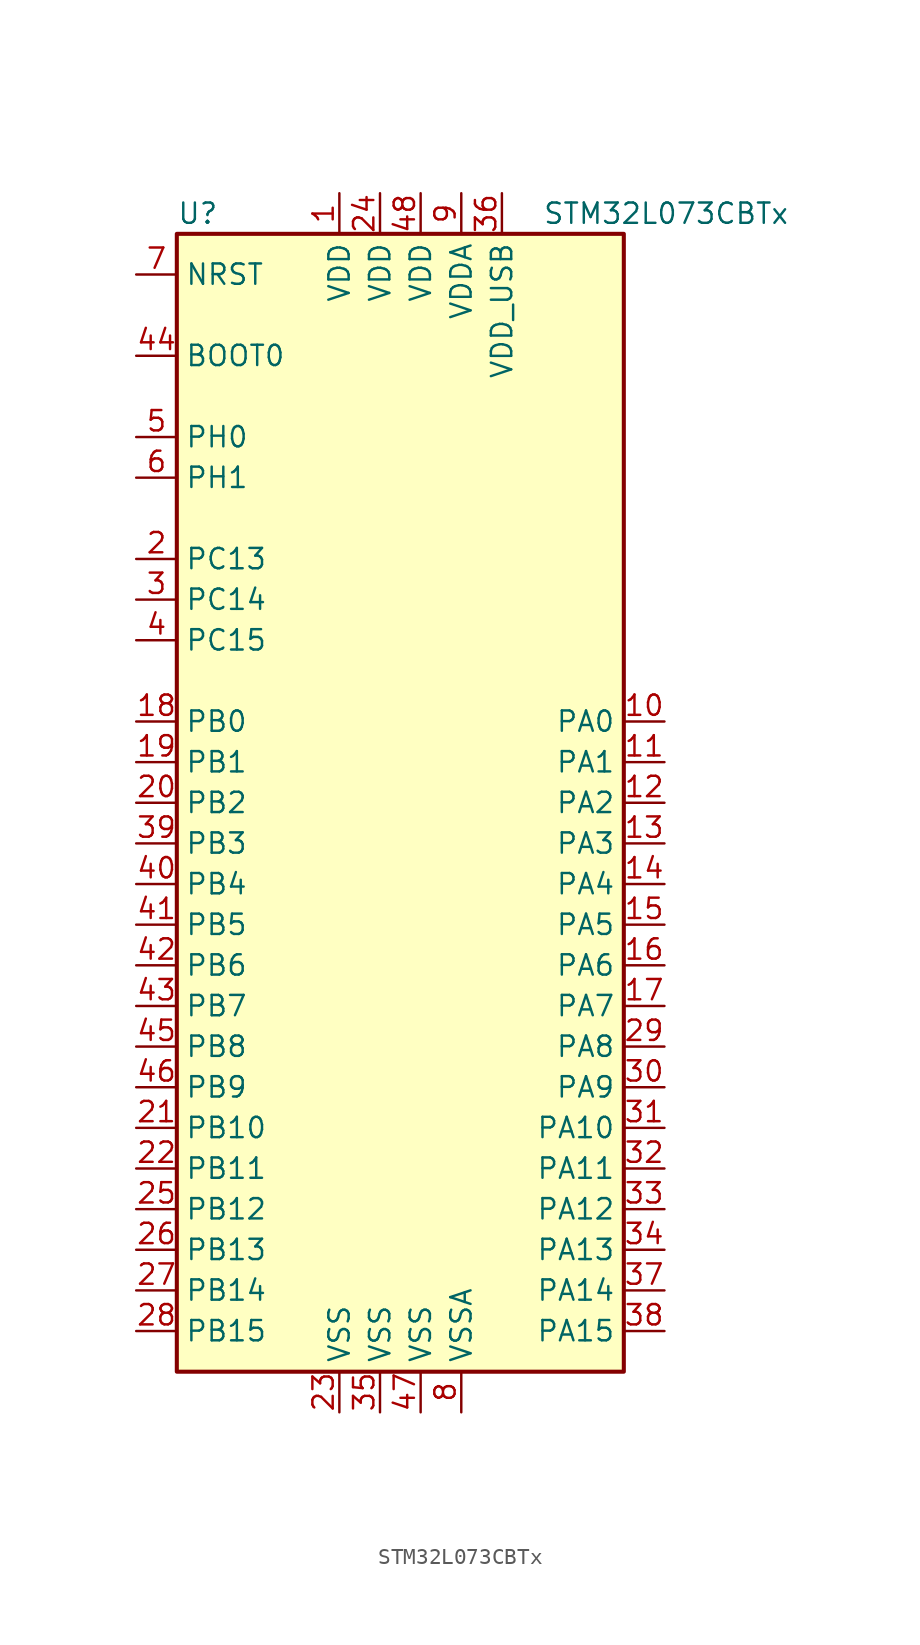
<source format=kicad_sym>
(kicad_symbol_lib
  (version 20201005)
  (generator kicad_symbol_editor)
  (symbol "STM32L073CBTx"
    (property "Reference" "U"
      (at -15.24 36.83 0)
      (effects (font (size 1.27 1.27)) (justify left)))
    (property "Value" "STM32L073CBTx"
      (at 7.62 36.83 0)
      (effects (font (size 1.27 1.27)) (justify left)))
    (symbol "STM32L073CBTx_0_1"
      (rectangle (start -15.24 -35.56) (end 12.7 35.56) (stroke (width 0.254)) (fill (type background))))
    (symbol "STM32L073CBTx_1_1"
      (pin input line (at -17.78 27.94 0) (length 2.54) (name "BOOT0" (effects (font (size 1.27 1.27)))) (number "44" (effects (font (size 1.27 1.27)))))
      (pin input line (at -17.78 33.02 0) (length 2.54) (name "NRST" (effects (font (size 1.27 1.27)))) (number "7" (effects (font (size 1.27 1.27)))))
      (pin bidirectional line (at 15.24 5.08 180) (length 2.54) (name "PA0" (effects (font (size 1.27 1.27)))) (number "10" (effects (font (size 1.27 1.27)))))
      (pin bidirectional line (at 15.24 2.54 180) (length 2.54) (name "PA1" (effects (font (size 1.27 1.27)))) (number "11" (effects (font (size 1.27 1.27)))))
      (pin bidirectional line (at 15.24 -20.32 180) (length 2.54) (name "PA10" (effects (font (size 1.27 1.27)))) (number "31" (effects (font (size 1.27 1.27)))))
      (pin bidirectional line (at 15.24 -22.86 180) (length 2.54) (name "PA11" (effects (font (size 1.27 1.27)))) (number "32" (effects (font (size 1.27 1.27)))))
      (pin bidirectional line (at 15.24 -25.4 180) (length 2.54) (name "PA12" (effects (font (size 1.27 1.27)))) (number "33" (effects (font (size 1.27 1.27)))))
      (pin bidirectional line (at 15.24 -27.94 180) (length 2.54) (name "PA13" (effects (font (size 1.27 1.27)))) (number "34" (effects (font (size 1.27 1.27)))))
      (pin bidirectional line (at 15.24 -30.48 180) (length 2.54) (name "PA14" (effects (font (size 1.27 1.27)))) (number "37" (effects (font (size 1.27 1.27)))))
      (pin bidirectional line (at 15.24 -33.02 180) (length 2.54) (name "PA15" (effects (font (size 1.27 1.27)))) (number "38" (effects (font (size 1.27 1.27)))))
      (pin bidirectional line (at 15.24 0 180) (length 2.54) (name "PA2" (effects (font (size 1.27 1.27)))) (number "12" (effects (font (size 1.27 1.27)))))
      (pin bidirectional line (at 15.24 -2.54 180) (length 2.54) (name "PA3" (effects (font (size 1.27 1.27)))) (number "13" (effects (font (size 1.27 1.27)))))
      (pin bidirectional line (at 15.24 -5.08 180) (length 2.54) (name "PA4" (effects (font (size 1.27 1.27)))) (number "14" (effects (font (size 1.27 1.27)))))
      (pin bidirectional line (at 15.24 -7.62 180) (length 2.54) (name "PA5" (effects (font (size 1.27 1.27)))) (number "15" (effects (font (size 1.27 1.27)))))
      (pin bidirectional line (at 15.24 -10.16 180) (length 2.54) (name "PA6" (effects (font (size 1.27 1.27)))) (number "16" (effects (font (size 1.27 1.27)))))
      (pin bidirectional line (at 15.24 -12.7 180) (length 2.54) (name "PA7" (effects (font (size 1.27 1.27)))) (number "17" (effects (font (size 1.27 1.27)))))
      (pin bidirectional line (at 15.24 -15.24 180) (length 2.54) (name "PA8" (effects (font (size 1.27 1.27)))) (number "29" (effects (font (size 1.27 1.27)))))
      (pin bidirectional line (at 15.24 -17.78 180) (length 2.54) (name "PA9" (effects (font (size 1.27 1.27)))) (number "30" (effects (font (size 1.27 1.27)))))
      (pin bidirectional line (at -17.78 5.08 0) (length 2.54) (name "PB0" (effects (font (size 1.27 1.27)))) (number "18" (effects (font (size 1.27 1.27)))))
      (pin bidirectional line (at -17.78 2.54 0) (length 2.54) (name "PB1" (effects (font (size 1.27 1.27)))) (number "19" (effects (font (size 1.27 1.27)))))
      (pin bidirectional line (at -17.78 -20.32 0) (length 2.54) (name "PB10" (effects (font (size 1.27 1.27)))) (number "21" (effects (font (size 1.27 1.27)))))
      (pin bidirectional line (at -17.78 -22.86 0) (length 2.54) (name "PB11" (effects (font (size 1.27 1.27)))) (number "22" (effects (font (size 1.27 1.27)))))
      (pin bidirectional line (at -17.78 -25.4 0) (length 2.54) (name "PB12" (effects (font (size 1.27 1.27)))) (number "25" (effects (font (size 1.27 1.27)))))
      (pin bidirectional line (at -17.78 -27.94 0) (length 2.54) (name "PB13" (effects (font (size 1.27 1.27)))) (number "26" (effects (font (size 1.27 1.27)))))
      (pin bidirectional line (at -17.78 -30.48 0) (length 2.54) (name "PB14" (effects (font (size 1.27 1.27)))) (number "27" (effects (font (size 1.27 1.27)))))
      (pin bidirectional line (at -17.78 -33.02 0) (length 2.54) (name "PB15" (effects (font (size 1.27 1.27)))) (number "28" (effects (font (size 1.27 1.27)))))
      (pin bidirectional line (at -17.78 0 0) (length 2.54) (name "PB2" (effects (font (size 1.27 1.27)))) (number "20" (effects (font (size 1.27 1.27)))))
      (pin bidirectional line (at -17.78 -2.54 0) (length 2.54) (name "PB3" (effects (font (size 1.27 1.27)))) (number "39" (effects (font (size 1.27 1.27)))))
      (pin bidirectional line (at -17.78 -5.08 0) (length 2.54) (name "PB4" (effects (font (size 1.27 1.27)))) (number "40" (effects (font (size 1.27 1.27)))))
      (pin bidirectional line (at -17.78 -7.62 0) (length 2.54) (name "PB5" (effects (font (size 1.27 1.27)))) (number "41" (effects (font (size 1.27 1.27)))))
      (pin bidirectional line (at -17.78 -10.16 0) (length 2.54) (name "PB6" (effects (font (size 1.27 1.27)))) (number "42" (effects (font (size 1.27 1.27)))))
      (pin bidirectional line (at -17.78 -12.7 0) (length 2.54) (name "PB7" (effects (font (size 1.27 1.27)))) (number "43" (effects (font (size 1.27 1.27)))))
      (pin bidirectional line (at -17.78 -15.24 0) (length 2.54) (name "PB8" (effects (font (size 1.27 1.27)))) (number "45" (effects (font (size 1.27 1.27)))))
      (pin bidirectional line (at -17.78 -17.78 0) (length 2.54) (name "PB9" (effects (font (size 1.27 1.27)))) (number "46" (effects (font (size 1.27 1.27)))))
      (pin bidirectional line (at -17.78 15.24 0) (length 2.54) (name "PC13" (effects (font (size 1.27 1.27)))) (number "2" (effects (font (size 1.27 1.27)))))
      (pin bidirectional line (at -17.78 12.7 0) (length 2.54) (name "PC14" (effects (font (size 1.27 1.27)))) (number "3" (effects (font (size 1.27 1.27)))))
      (pin bidirectional line (at -17.78 10.16 0) (length 2.54) (name "PC15" (effects (font (size 1.27 1.27)))) (number "4" (effects (font (size 1.27 1.27)))))
      (pin input line (at -17.78 22.86 0) (length 2.54) (name "PH0" (effects (font (size 1.27 1.27)))) (number "5" (effects (font (size 1.27 1.27)))))
      (pin input line (at -17.78 20.32 0) (length 2.54) (name "PH1" (effects (font (size 1.27 1.27)))) (number "6" (effects (font (size 1.27 1.27)))))
      (pin power_in line (at -5.08 38.1 270) (length 2.54) (name "VDD" (effects (font (size 1.27 1.27)))) (number "1" (effects (font (size 1.27 1.27)))))
      (pin power_in line (at -2.54 38.1 270) (length 2.54) (name "VDD" (effects (font (size 1.27 1.27)))) (number "24" (effects (font (size 1.27 1.27)))))
      (pin power_in line (at 0 38.1 270) (length 2.54) (name "VDD" (effects (font (size 1.27 1.27)))) (number "48" (effects (font (size 1.27 1.27)))))
      (pin power_in line (at 2.54 38.1 270) (length 2.54) (name "VDDA" (effects (font (size 1.27 1.27)))) (number "9" (effects (font (size 1.27 1.27)))))
      (pin power_in line (at 5.08 38.1 270) (length 2.54) (name "VDD_USB" (effects (font (size 1.27 1.27)))) (number "36" (effects (font (size 1.27 1.27)))))
      (pin power_in line (at -5.08 -38.1 90) (length 2.54) (name "VSS" (effects (font (size 1.27 1.27)))) (number "23" (effects (font (size 1.27 1.27)))))
      (pin power_in line (at -2.54 -38.1 90) (length 2.54) (name "VSS" (effects (font (size 1.27 1.27)))) (number "35" (effects (font (size 1.27 1.27)))))
      (pin power_in line (at 0 -38.1 90) (length 2.54) (name "VSS" (effects (font (size 1.27 1.27)))) (number "47" (effects (font (size 1.27 1.27)))))
      (pin power_in line (at 2.54 -38.1 90) (length 2.54) (name "VSSA" (effects (font (size 1.27 1.27)))) (number "8" (effects (font (size 1.27 1.27))))))))
</source>
